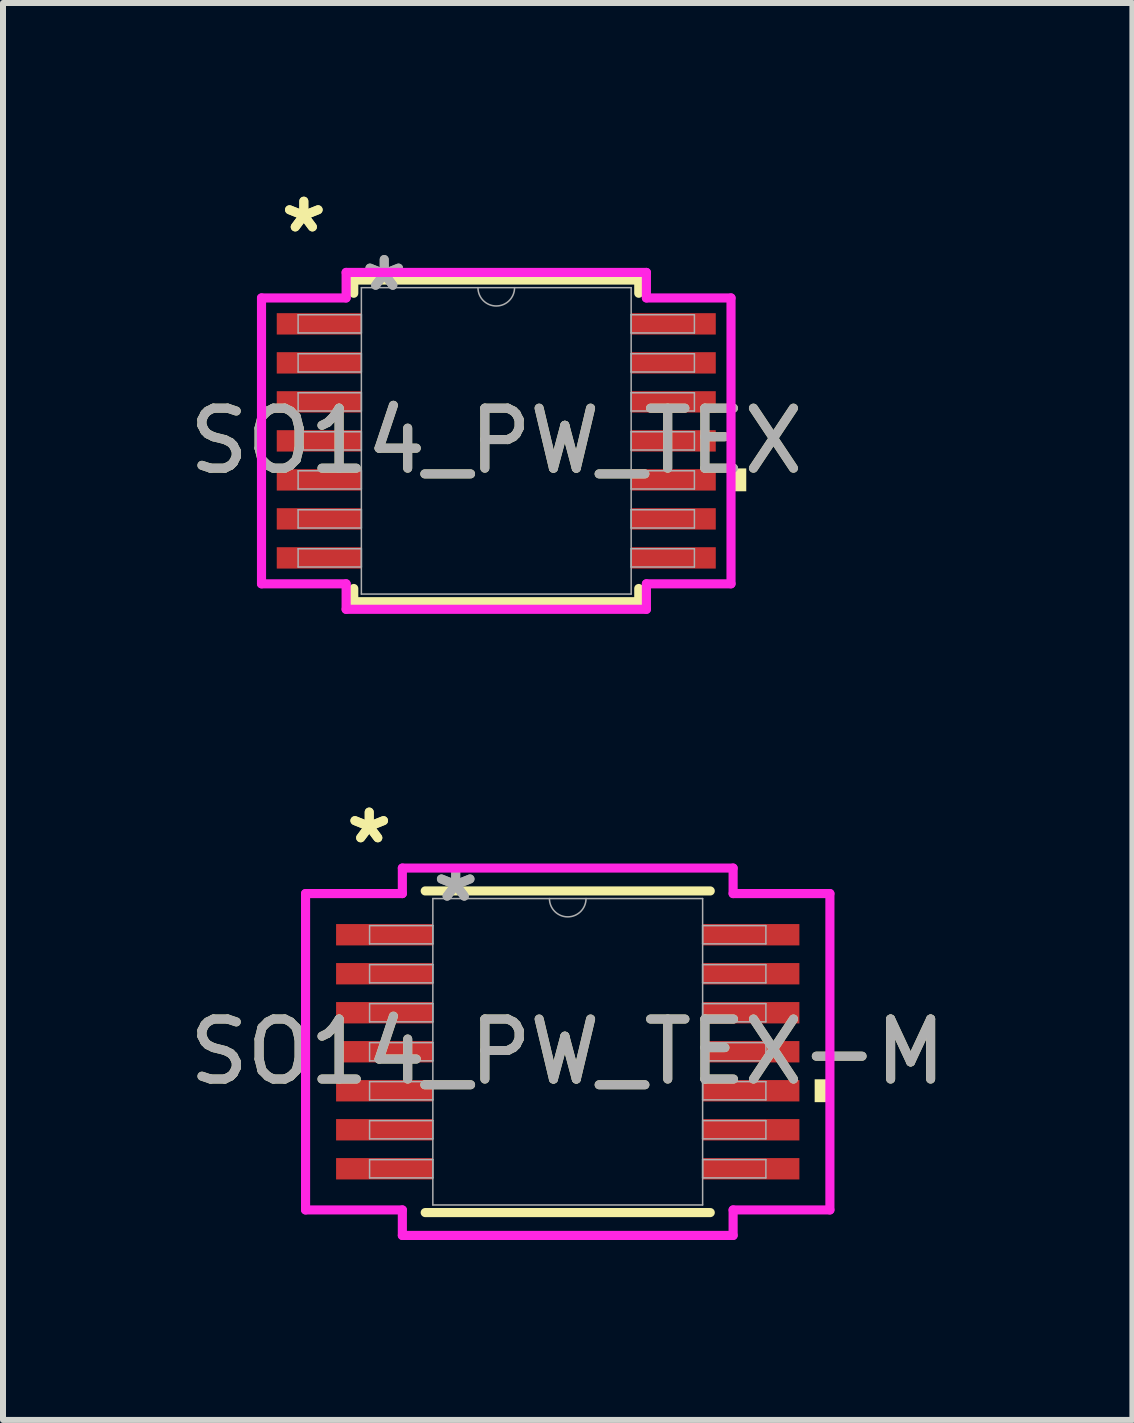
<source format=kicad_pcb>
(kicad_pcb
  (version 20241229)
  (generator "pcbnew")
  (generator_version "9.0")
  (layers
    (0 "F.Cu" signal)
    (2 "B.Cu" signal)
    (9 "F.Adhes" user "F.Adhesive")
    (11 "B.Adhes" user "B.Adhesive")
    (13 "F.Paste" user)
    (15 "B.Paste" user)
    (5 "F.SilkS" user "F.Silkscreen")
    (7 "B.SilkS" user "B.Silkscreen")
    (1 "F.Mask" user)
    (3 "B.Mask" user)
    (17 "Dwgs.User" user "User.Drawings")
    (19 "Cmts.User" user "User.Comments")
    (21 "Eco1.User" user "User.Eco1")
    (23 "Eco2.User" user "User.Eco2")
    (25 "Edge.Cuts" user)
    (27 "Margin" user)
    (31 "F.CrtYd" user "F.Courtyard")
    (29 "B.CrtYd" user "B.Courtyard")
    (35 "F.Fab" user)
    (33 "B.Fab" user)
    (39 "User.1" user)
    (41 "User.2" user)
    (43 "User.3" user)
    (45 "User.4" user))
  (footprint "SO14_PW_TEX-M"
    (layer "F.Cu")
    (at 6.411 14.477)
    (property "Reference" "SO14_PW_TEX-M" (at 0 0 0) (unlocked yes) (layer "F.SilkS") (effects (font (size 1 1) (thickness 0.15))))
    (attr smd)
    (fp_line (start -2.375 2.68) (end 2.375 2.68) (stroke (width 0.152) (type solid)) (layer "F.SilkS"))
    (fp_line (start 2.375 -2.68) (end -2.375 -2.68) (stroke (width 0.152) (type solid)) (layer "F.SilkS"))
    (fp_poly (pts (xy 4.369 0.459) (xy 4.369 0.84) (xy 4.115 0.84) (xy 4.115 0.459)) (stroke (width 0) (type solid)) (fill yes) (layer "F.SilkS"))
    (fp_line (start -4.369 -2.636) (end -2.756 -2.636) (stroke (width 0.152) (type solid)) (layer "F.CrtYd"))
    (fp_line (start -4.369 2.636) (end -4.369 -2.636) (stroke (width 0.152) (type solid)) (layer "F.CrtYd"))
    (fp_line (start -4.369 2.636) (end -2.756 2.636) (stroke (width 0.152) (type solid)) (layer "F.CrtYd"))
    (fp_line (start -2.756 -3.061) (end 2.756 -3.061) (stroke (width 0.152) (type solid)) (layer "F.CrtYd"))
    (fp_line (start -2.756 -2.636) (end -2.756 -3.061) (stroke (width 0.152) (type solid)) (layer "F.CrtYd"))
    (fp_line (start -2.756 3.061) (end -2.756 2.636) (stroke (width 0.152) (type solid)) (layer "F.CrtYd"))
    (fp_line (start 2.756 -3.061) (end 2.756 -2.636) (stroke (width 0.152) (type solid)) (layer "F.CrtYd"))
    (fp_line (start 2.756 2.636) (end 2.756 3.061) (stroke (width 0.152) (type solid)) (layer "F.CrtYd"))
    (fp_line (start 2.756 3.061) (end -2.756 3.061) (stroke (width 0.152) (type solid)) (layer "F.CrtYd"))
    (fp_line (start 4.369 -2.636) (end 2.756 -2.636) (stroke (width 0.152) (type solid)) (layer "F.CrtYd"))
    (fp_line (start 4.369 -2.636) (end 4.369 2.636) (stroke (width 0.152) (type solid)) (layer "F.CrtYd"))
    (fp_line (start 4.369 2.636) (end 2.756 2.636) (stroke (width 0.152) (type solid)) (layer "F.CrtYd"))
    (fp_line (start -3.302 -2.102) (end -3.302 -1.798) (stroke (width 0.025) (type solid)) (layer "F.Fab"))
    (fp_line (start -3.302 -1.798) (end -2.248 -1.798) (stroke (width 0.025) (type solid)) (layer "F.Fab"))
    (fp_line (start -3.302 -1.452) (end -3.302 -1.148) (stroke (width 0.025) (type solid)) (layer "F.Fab"))
    (fp_line (start -3.302 -1.148) (end -2.248 -1.148) (stroke (width 0.025) (type solid)) (layer "F.Fab"))
    (fp_line (start -3.302 -0.802) (end -3.302 -0.498) (stroke (width 0.025) (type solid)) (layer "F.Fab"))
    (fp_line (start -3.302 -0.498) (end -2.248 -0.498) (stroke (width 0.025) (type solid)) (layer "F.Fab"))
    (fp_line (start -3.302 -0.152) (end -3.302 0.152) (stroke (width 0.025) (type solid)) (layer "F.Fab"))
    (fp_line (start -3.302 0.152) (end -2.248 0.152) (stroke (width 0.025) (type solid)) (layer "F.Fab"))
    (fp_line (start -3.302 0.498) (end -3.302 0.802) (stroke (width 0.025) (type solid)) (layer "F.Fab"))
    (fp_line (start -3.302 0.802) (end -2.248 0.802) (stroke (width 0.025) (type solid)) (layer "F.Fab"))
    (fp_line (start -3.302 1.148) (end -3.302 1.452) (stroke (width 0.025) (type solid)) (layer "F.Fab"))
    (fp_line (start -3.302 1.452) (end -2.248 1.452) (stroke (width 0.025) (type solid)) (layer "F.Fab"))
    (fp_line (start -3.302 1.798) (end -3.302 2.102) (stroke (width 0.025) (type solid)) (layer "F.Fab"))
    (fp_line (start -3.302 2.102) (end -2.248 2.102) (stroke (width 0.025) (type solid)) (layer "F.Fab"))
    (fp_line (start -2.248 -2.553) (end -2.248 2.553) (stroke (width 0.025) (type solid)) (layer "F.Fab"))
    (fp_line (start -2.248 -2.102) (end -3.302 -2.102) (stroke (width 0.025) (type solid)) (layer "F.Fab"))
    (fp_line (start -2.248 -1.798) (end -2.248 -2.102) (stroke (width 0.025) (type solid)) (layer "F.Fab"))
    (fp_line (start -2.248 -1.452) (end -3.302 -1.452) (stroke (width 0.025) (type solid)) (layer "F.Fab"))
    (fp_line (start -2.248 -1.148) (end -2.248 -1.452) (stroke (width 0.025) (type solid)) (layer "F.Fab"))
    (fp_line (start -2.248 -0.802) (end -3.302 -0.802) (stroke (width 0.025) (type solid)) (layer "F.Fab"))
    (fp_line (start -2.248 -0.498) (end -2.248 -0.802) (stroke (width 0.025) (type solid)) (layer "F.Fab"))
    (fp_line (start -2.248 -0.152) (end -3.302 -0.152) (stroke (width 0.025) (type solid)) (layer "F.Fab"))
    (fp_line (start -2.248 0.152) (end -2.248 -0.152) (stroke (width 0.025) (type solid)) (layer "F.Fab"))
    (fp_line (start -2.248 0.498) (end -3.302 0.498) (stroke (width 0.025) (type solid)) (layer "F.Fab"))
    (fp_line (start -2.248 0.802) (end -2.248 0.498) (stroke (width 0.025) (type solid)) (layer "F.Fab"))
    (fp_line (start -2.248 1.148) (end -3.302 1.148) (stroke (width 0.025) (type solid)) (layer "F.Fab"))
    (fp_line (start -2.248 1.452) (end -2.248 1.148) (stroke (width 0.025) (type solid)) (layer "F.Fab"))
    (fp_line (start -2.248 1.798) (end -3.302 1.798) (stroke (width 0.025) (type solid)) (layer "F.Fab"))
    (fp_line (start -2.248 2.102) (end -2.248 1.798) (stroke (width 0.025) (type solid)) (layer "F.Fab"))
    (fp_line (start -2.248 2.553) (end 2.248 2.553) (stroke (width 0.025) (type solid)) (layer "F.Fab"))
    (fp_line (start 2.248 -2.553) (end -2.248 -2.553) (stroke (width 0.025) (type solid)) (layer "F.Fab"))
    (fp_line (start 2.248 -2.102) (end 2.248 -1.798) (stroke (width 0.025) (type solid)) (layer "F.Fab"))
    (fp_line (start 2.248 -1.798) (end 3.302 -1.798) (stroke (width 0.025) (type solid)) (layer "F.Fab"))
    (fp_line (start 2.248 -1.452) (end 2.248 -1.148) (stroke (width 0.025) (type solid)) (layer "F.Fab"))
    (fp_line (start 2.248 -1.148) (end 3.302 -1.148) (stroke (width 0.025) (type solid)) (layer "F.Fab"))
    (fp_line (start 2.248 -0.802) (end 2.248 -0.498) (stroke (width 0.025) (type solid)) (layer "F.Fab"))
    (fp_line (start 2.248 -0.498) (end 3.302 -0.498) (stroke (width 0.025) (type solid)) (layer "F.Fab"))
    (fp_line (start 2.248 -0.152) (end 2.248 0.152) (stroke (width 0.025) (type solid)) (layer "F.Fab"))
    (fp_line (start 2.248 0.152) (end 3.302 0.152) (stroke (width 0.025) (type solid)) (layer "F.Fab"))
    (fp_line (start 2.248 0.498) (end 2.248 0.802) (stroke (width 0.025) (type solid)) (layer "F.Fab"))
    (fp_line (start 2.248 0.802) (end 3.302 0.802) (stroke (width 0.025) (type solid)) (layer "F.Fab"))
    (fp_line (start 2.248 1.148) (end 2.248 1.452) (stroke (width 0.025) (type solid)) (layer "F.Fab"))
    (fp_line (start 2.248 1.452) (end 3.302 1.452) (stroke (width 0.025) (type solid)) (layer "F.Fab"))
    (fp_line (start 2.248 1.798) (end 2.248 2.102) (stroke (width 0.025) (type solid)) (layer "F.Fab"))
    (fp_line (start 2.248 2.102) (end 3.302 2.102) (stroke (width 0.025) (type solid)) (layer "F.Fab"))
    (fp_line (start 2.248 2.553) (end 2.248 -2.553) (stroke (width 0.025) (type solid)) (layer "F.Fab"))
    (fp_line (start 3.302 -2.102) (end 2.248 -2.102) (stroke (width 0.025) (type solid)) (layer "F.Fab"))
    (fp_line (start 3.302 -1.798) (end 3.302 -2.102) (stroke (width 0.025) (type solid)) (layer "F.Fab"))
    (fp_line (start 3.302 -1.452) (end 2.248 -1.452) (stroke (width 0.025) (type solid)) (layer "F.Fab"))
    (fp_line (start 3.302 -1.148) (end 3.302 -1.452) (stroke (width 0.025) (type solid)) (layer "F.Fab"))
    (fp_line (start 3.302 -0.802) (end 2.248 -0.802) (stroke (width 0.025) (type solid)) (layer "F.Fab"))
    (fp_line (start 3.302 -0.498) (end 3.302 -0.802) (stroke (width 0.025) (type solid)) (layer "F.Fab"))
    (fp_line (start 3.302 -0.152) (end 2.248 -0.152) (stroke (width 0.025) (type solid)) (layer "F.Fab"))
    (fp_line (start 3.302 0.152) (end 3.302 -0.152) (stroke (width 0.025) (type solid)) (layer "F.Fab"))
    (fp_line (start 3.302 0.498) (end 2.248 0.498) (stroke (width 0.025) (type solid)) (layer "F.Fab"))
    (fp_line (start 3.302 0.802) (end 3.302 0.498) (stroke (width 0.025) (type solid)) (layer "F.Fab"))
    (fp_line (start 3.302 1.148) (end 2.248 1.148) (stroke (width 0.025) (type solid)) (layer "F.Fab"))
    (fp_line (start 3.302 1.452) (end 3.302 1.148) (stroke (width 0.025) (type solid)) (layer "F.Fab"))
    (fp_line (start 3.302 1.798) (end 2.248 1.798) (stroke (width 0.025) (type solid)) (layer "F.Fab"))
    (fp_line (start 3.302 2.102) (end 3.302 1.798) (stroke (width 0.025) (type solid)) (layer "F.Fab"))
    (fp_arc (start 0.3048 -2.5527) (mid 0 -2.2479) (end -0.3048 -2.5527) (stroke (width 0.0254) (type solid)) (layer "F.Fab"))
    (fp_text user "*" (at -3.308 -3.449 0) (layer "F.SilkS") (effects (font (size 1 1) (thickness 0.15))))
    (fp_text user "*" (at -3.308 -3.449 0) (unlocked yes) (layer "F.SilkS") (effects (font (size 1 1) (thickness 0.15))))
    (fp_text user "*" (at -1.867 -2.477 0) (unlocked yes) (layer "F.Fab") (effects (font (size 1 1) (thickness 0.15))))
    (fp_text user "*" (at -1.867 -2.477 0) (layer "F.Fab") (effects (font (size 1 1) (thickness 0.15))))
    (fp_text user "${REFERENCE}" (at 0 0 0) (unlocked yes) (layer "F.Fab") (effects (font (size 1 1) (thickness 0.15))))
    (pad "1" smd rect (at -3.054 -1.95) (size 1.613 0.356) (layers "F.Cu" "F.Mask" "F.Paste"))
    (pad "2" smd rect (at -3.054 -1.3) (size 1.613 0.356) (layers "F.Cu" "F.Mask" "F.Paste"))
    (pad "3" smd rect (at -3.054 -0.65) (size 1.613 0.356) (layers "F.Cu" "F.Mask" "F.Paste"))
    (pad "4" smd rect (at -3.054 0) (size 1.613 0.356) (layers "F.Cu" "F.Mask" "F.Paste"))
    (pad "5" smd rect (at -3.054 0.65) (size 1.613 0.356) (layers "F.Cu" "F.Mask" "F.Paste"))
    (pad "6" smd rect (at -3.054 1.3) (size 1.613 0.356) (layers "F.Cu" "F.Mask" "F.Paste"))
    (pad "7" smd rect (at -3.054 1.95) (size 1.613 0.356) (layers "F.Cu" "F.Mask" "F.Paste"))
    (pad "8" smd rect (at 3.054 1.95) (size 1.613 0.356) (layers "F.Cu" "F.Mask" "F.Paste"))
    (pad "9" smd rect (at 3.054 1.3) (size 1.613 0.356) (layers "F.Cu" "F.Mask" "F.Paste"))
    (pad "10" smd rect (at 3.054 0.65) (size 1.613 0.356) (layers "F.Cu" "F.Mask" "F.Paste"))
    (pad "11" smd rect (at 3.054 0) (size 1.613 0.356) (layers "F.Cu" "F.Mask" "F.Paste"))
    (pad "12" smd rect (at 3.054 -0.65) (size 1.613 0.356) (layers "F.Cu" "F.Mask" "F.Paste"))
    (pad "13" smd rect (at 3.054 -1.3) (size 1.613 0.356) (layers "F.Cu" "F.Mask" "F.Paste"))
    (pad "14" smd rect (at 3.054 -1.95) (size 1.613 0.356) (layers "F.Cu" "F.Mask" "F.Paste")))
  (footprint "SO14_PW_TEX"
    (layer "F.Cu")
    (at 5.22 4.297)
    (property "Reference" "SO14_PW_TEX" (at 0 0 0) (unlocked yes) (layer "F.SilkS") (effects (font (size 1 1) (thickness 0.15))))
    (attr smd)
    (fp_line (start -2.375 -2.68) (end -2.375 -2.46) (stroke (width 0.152) (type solid)) (layer "F.SilkS"))
    (fp_line (start -2.375 2.46) (end -2.375 2.68) (stroke (width 0.152) (type solid)) (layer "F.SilkS"))
    (fp_line (start -2.375 2.68) (end 2.375 2.68) (stroke (width 0.152) (type solid)) (layer "F.SilkS"))
    (fp_line (start 2.375 -2.68) (end -2.375 -2.68) (stroke (width 0.152) (type solid)) (layer "F.SilkS"))
    (fp_line (start 2.375 -2.46) (end 2.375 -2.68) (stroke (width 0.152) (type solid)) (layer "F.SilkS"))
    (fp_line (start 2.375 2.68) (end 2.375 2.46) (stroke (width 0.152) (type solid)) (layer "F.SilkS"))
    (fp_poly (pts (xy 4.166 0.459) (xy 4.166 0.84) (xy 3.912 0.84) (xy 3.912 0.459)) (stroke (width 0) (type solid)) (fill yes) (layer "F.SilkS"))
    (fp_line (start -3.912 -2.382) (end -2.502 -2.382) (stroke (width 0.152) (type solid)) (layer "F.CrtYd"))
    (fp_line (start -3.912 2.382) (end -3.912 -2.382) (stroke (width 0.152) (type solid)) (layer "F.CrtYd"))
    (fp_line (start -3.912 2.382) (end -2.502 2.382) (stroke (width 0.152) (type solid)) (layer "F.CrtYd"))
    (fp_line (start -2.502 -2.807) (end 2.502 -2.807) (stroke (width 0.152) (type solid)) (layer "F.CrtYd"))
    (fp_line (start -2.502 -2.382) (end -2.502 -2.807) (stroke (width 0.152) (type solid)) (layer "F.CrtYd"))
    (fp_line (start -2.502 2.807) (end -2.502 2.382) (stroke (width 0.152) (type solid)) (layer "F.CrtYd"))
    (fp_line (start 2.502 -2.807) (end 2.502 -2.382) (stroke (width 0.152) (type solid)) (layer "F.CrtYd"))
    (fp_line (start 2.502 2.382) (end 2.502 2.807) (stroke (width 0.152) (type solid)) (layer "F.CrtYd"))
    (fp_line (start 2.502 2.807) (end -2.502 2.807) (stroke (width 0.152) (type solid)) (layer "F.CrtYd"))
    (fp_line (start 3.912 -2.382) (end 2.502 -2.382) (stroke (width 0.152) (type solid)) (layer "F.CrtYd"))
    (fp_line (start 3.912 -2.382) (end 3.912 2.382) (stroke (width 0.152) (type solid)) (layer "F.CrtYd"))
    (fp_line (start 3.912 2.382) (end 2.502 2.382) (stroke (width 0.152) (type solid)) (layer "F.CrtYd"))
    (fp_line (start -3.302 -2.102) (end -3.302 -1.798) (stroke (width 0.025) (type solid)) (layer "F.Fab"))
    (fp_line (start -3.302 -1.798) (end -2.248 -1.798) (stroke (width 0.025) (type solid)) (layer "F.Fab"))
    (fp_line (start -3.302 -1.452) (end -3.302 -1.148) (stroke (width 0.025) (type solid)) (layer "F.Fab"))
    (fp_line (start -3.302 -1.148) (end -2.248 -1.148) (stroke (width 0.025) (type solid)) (layer "F.Fab"))
    (fp_line (start -3.302 -0.802) (end -3.302 -0.498) (stroke (width 0.025) (type solid)) (layer "F.Fab"))
    (fp_line (start -3.302 -0.498) (end -2.248 -0.498) (stroke (width 0.025) (type solid)) (layer "F.Fab"))
    (fp_line (start -3.302 -0.152) (end -3.302 0.152) (stroke (width 0.025) (type solid)) (layer "F.Fab"))
    (fp_line (start -3.302 0.152) (end -2.248 0.152) (stroke (width 0.025) (type solid)) (layer "F.Fab"))
    (fp_line (start -3.302 0.498) (end -3.302 0.802) (stroke (width 0.025) (type solid)) (layer "F.Fab"))
    (fp_line (start -3.302 0.802) (end -2.248 0.802) (stroke (width 0.025) (type solid)) (layer "F.Fab"))
    (fp_line (start -3.302 1.148) (end -3.302 1.452) (stroke (width 0.025) (type solid)) (layer "F.Fab"))
    (fp_line (start -3.302 1.452) (end -2.248 1.452) (stroke (width 0.025) (type solid)) (layer "F.Fab"))
    (fp_line (start -3.302 1.798) (end -3.302 2.102) (stroke (width 0.025) (type solid)) (layer "F.Fab"))
    (fp_line (start -3.302 2.102) (end -2.248 2.102) (stroke (width 0.025) (type solid)) (layer "F.Fab"))
    (fp_line (start -2.248 -2.553) (end -2.248 2.553) (stroke (width 0.025) (type solid)) (layer "F.Fab"))
    (fp_line (start -2.248 -2.102) (end -3.302 -2.102) (stroke (width 0.025) (type solid)) (layer "F.Fab"))
    (fp_line (start -2.248 -1.798) (end -2.248 -2.102) (stroke (width 0.025) (type solid)) (layer "F.Fab"))
    (fp_line (start -2.248 -1.452) (end -3.302 -1.452) (stroke (width 0.025) (type solid)) (layer "F.Fab"))
    (fp_line (start -2.248 -1.148) (end -2.248 -1.452) (stroke (width 0.025) (type solid)) (layer "F.Fab"))
    (fp_line (start -2.248 -0.802) (end -3.302 -0.802) (stroke (width 0.025) (type solid)) (layer "F.Fab"))
    (fp_line (start -2.248 -0.498) (end -2.248 -0.802) (stroke (width 0.025) (type solid)) (layer "F.Fab"))
    (fp_line (start -2.248 -0.152) (end -3.302 -0.152) (stroke (width 0.025) (type solid)) (layer "F.Fab"))
    (fp_line (start -2.248 0.152) (end -2.248 -0.152) (stroke (width 0.025) (type solid)) (layer "F.Fab"))
    (fp_line (start -2.248 0.498) (end -3.302 0.498) (stroke (width 0.025) (type solid)) (layer "F.Fab"))
    (fp_line (start -2.248 0.802) (end -2.248 0.498) (stroke (width 0.025) (type solid)) (layer "F.Fab"))
    (fp_line (start -2.248 1.148) (end -3.302 1.148) (stroke (width 0.025) (type solid)) (layer "F.Fab"))
    (fp_line (start -2.248 1.452) (end -2.248 1.148) (stroke (width 0.025) (type solid)) (layer "F.Fab"))
    (fp_line (start -2.248 1.798) (end -3.302 1.798) (stroke (width 0.025) (type solid)) (layer "F.Fab"))
    (fp_line (start -2.248 2.102) (end -2.248 1.798) (stroke (width 0.025) (type solid)) (layer "F.Fab"))
    (fp_line (start -2.248 2.553) (end 2.248 2.553) (stroke (width 0.025) (type solid)) (layer "F.Fab"))
    (fp_line (start 2.248 -2.553) (end -2.248 -2.553) (stroke (width 0.025) (type solid)) (layer "F.Fab"))
    (fp_line (start 2.248 -2.102) (end 2.248 -1.798) (stroke (width 0.025) (type solid)) (layer "F.Fab"))
    (fp_line (start 2.248 -1.798) (end 3.302 -1.798) (stroke (width 0.025) (type solid)) (layer "F.Fab"))
    (fp_line (start 2.248 -1.452) (end 2.248 -1.148) (stroke (width 0.025) (type solid)) (layer "F.Fab"))
    (fp_line (start 2.248 -1.148) (end 3.302 -1.148) (stroke (width 0.025) (type solid)) (layer "F.Fab"))
    (fp_line (start 2.248 -0.802) (end 2.248 -0.498) (stroke (width 0.025) (type solid)) (layer "F.Fab"))
    (fp_line (start 2.248 -0.498) (end 3.302 -0.498) (stroke (width 0.025) (type solid)) (layer "F.Fab"))
    (fp_line (start 2.248 -0.152) (end 2.248 0.152) (stroke (width 0.025) (type solid)) (layer "F.Fab"))
    (fp_line (start 2.248 0.152) (end 3.302 0.152) (stroke (width 0.025) (type solid)) (layer "F.Fab"))
    (fp_line (start 2.248 0.498) (end 2.248 0.802) (stroke (width 0.025) (type solid)) (layer "F.Fab"))
    (fp_line (start 2.248 0.802) (end 3.302 0.802) (stroke (width 0.025) (type solid)) (layer "F.Fab"))
    (fp_line (start 2.248 1.148) (end 2.248 1.452) (stroke (width 0.025) (type solid)) (layer "F.Fab"))
    (fp_line (start 2.248 1.452) (end 3.302 1.452) (stroke (width 0.025) (type solid)) (layer "F.Fab"))
    (fp_line (start 2.248 1.798) (end 2.248 2.102) (stroke (width 0.025) (type solid)) (layer "F.Fab"))
    (fp_line (start 2.248 2.102) (end 3.302 2.102) (stroke (width 0.025) (type solid)) (layer "F.Fab"))
    (fp_line (start 2.248 2.553) (end 2.248 -2.553) (stroke (width 0.025) (type solid)) (layer "F.Fab"))
    (fp_line (start 3.302 -2.102) (end 2.248 -2.102) (stroke (width 0.025) (type solid)) (layer "F.Fab"))
    (fp_line (start 3.302 -1.798) (end 3.302 -2.102) (stroke (width 0.025) (type solid)) (layer "F.Fab"))
    (fp_line (start 3.302 -1.452) (end 2.248 -1.452) (stroke (width 0.025) (type solid)) (layer "F.Fab"))
    (fp_line (start 3.302 -1.148) (end 3.302 -1.452) (stroke (width 0.025) (type solid)) (layer "F.Fab"))
    (fp_line (start 3.302 -0.802) (end 2.248 -0.802) (stroke (width 0.025) (type solid)) (layer "F.Fab"))
    (fp_line (start 3.302 -0.498) (end 3.302 -0.802) (stroke (width 0.025) (type solid)) (layer "F.Fab"))
    (fp_line (start 3.302 -0.152) (end 2.248 -0.152) (stroke (width 0.025) (type solid)) (layer "F.Fab"))
    (fp_line (start 3.302 0.152) (end 3.302 -0.152) (stroke (width 0.025) (type solid)) (layer "F.Fab"))
    (fp_line (start 3.302 0.498) (end 2.248 0.498) (stroke (width 0.025) (type solid)) (layer "F.Fab"))
    (fp_line (start 3.302 0.802) (end 3.302 0.498) (stroke (width 0.025) (type solid)) (layer "F.Fab"))
    (fp_line (start 3.302 1.148) (end 2.248 1.148) (stroke (width 0.025) (type solid)) (layer "F.Fab"))
    (fp_line (start 3.302 1.452) (end 3.302 1.148) (stroke (width 0.025) (type solid)) (layer "F.Fab"))
    (fp_line (start 3.302 1.798) (end 2.248 1.798) (stroke (width 0.025) (type solid)) (layer "F.Fab"))
    (fp_line (start 3.302 2.102) (end 3.302 1.798) (stroke (width 0.025) (type solid)) (layer "F.Fab"))
    (fp_arc (start 0.3048 -2.5527) (mid 0 -2.2479) (end -0.3048 -2.5527) (stroke (width 0.0254) (type solid)) (layer "F.Fab"))
    (fp_text user "*" (at -3.207 -3.449 0) (layer "F.SilkS") (effects (font (size 1 1) (thickness 0.15))))
    (fp_text user "*" (at -3.207 -3.449 0) (unlocked yes) (layer "F.SilkS") (effects (font (size 1 1) (thickness 0.15))))
    (fp_text user "*" (at -1.867 -2.477 0) (unlocked yes) (layer "F.Fab") (effects (font (size 1 1) (thickness 0.15))))
    (fp_text user "*" (at -1.867 -2.477 0) (layer "F.Fab") (effects (font (size 1 1) (thickness 0.15))))
    (fp_text user "${REFERENCE}" (at 0 0 0) (unlocked yes) (layer "F.Fab") (effects (font (size 1 1) (thickness 0.15))))
    (pad "1" smd rect (at -2.953 -1.95) (size 1.41 0.356) (layers "F.Cu" "F.Mask" "F.Paste"))
    (pad "2" smd rect (at -2.953 -1.3) (size 1.41 0.356) (layers "F.Cu" "F.Mask" "F.Paste"))
    (pad "3" smd rect (at -2.953 -0.65) (size 1.41 0.356) (layers "F.Cu" "F.Mask" "F.Paste"))
    (pad "4" smd rect (at -2.953 0) (size 1.41 0.356) (layers "F.Cu" "F.Mask" "F.Paste"))
    (pad "5" smd rect (at -2.953 0.65) (size 1.41 0.356) (layers "F.Cu" "F.Mask" "F.Paste"))
    (pad "6" smd rect (at -2.953 1.3) (size 1.41 0.356) (layers "F.Cu" "F.Mask" "F.Paste"))
    (pad "7" smd rect (at -2.953 1.95) (size 1.41 0.356) (layers "F.Cu" "F.Mask" "F.Paste"))
    (pad "8" smd rect (at 2.953 1.95) (size 1.41 0.356) (layers "F.Cu" "F.Mask" "F.Paste"))
    (pad "9" smd rect (at 2.953 1.3) (size 1.41 0.356) (layers "F.Cu" "F.Mask" "F.Paste"))
    (pad "10" smd rect (at 2.953 0.65) (size 1.41 0.356) (layers "F.Cu" "F.Mask" "F.Paste"))
    (pad "11" smd rect (at 2.953 0) (size 1.41 0.356) (layers "F.Cu" "F.Mask" "F.Paste"))
    (pad "12" smd rect (at 2.953 -0.65) (size 1.41 0.356) (layers "F.Cu" "F.Mask" "F.Paste"))
    (pad "13" smd rect (at 2.953 -1.3) (size 1.41 0.356) (layers "F.Cu" "F.Mask" "F.Paste"))
    (pad "14" smd rect (at 2.953 -1.95) (size 1.41 0.356) (layers "F.Cu" "F.Mask" "F.Paste")))
  (gr_rect
    (start -3 -3)
    (end 15.821 20.613)
    (stroke (width 0.1) (type default))
    (fill no)
    (layer "Edge.Cuts")))
</source>
